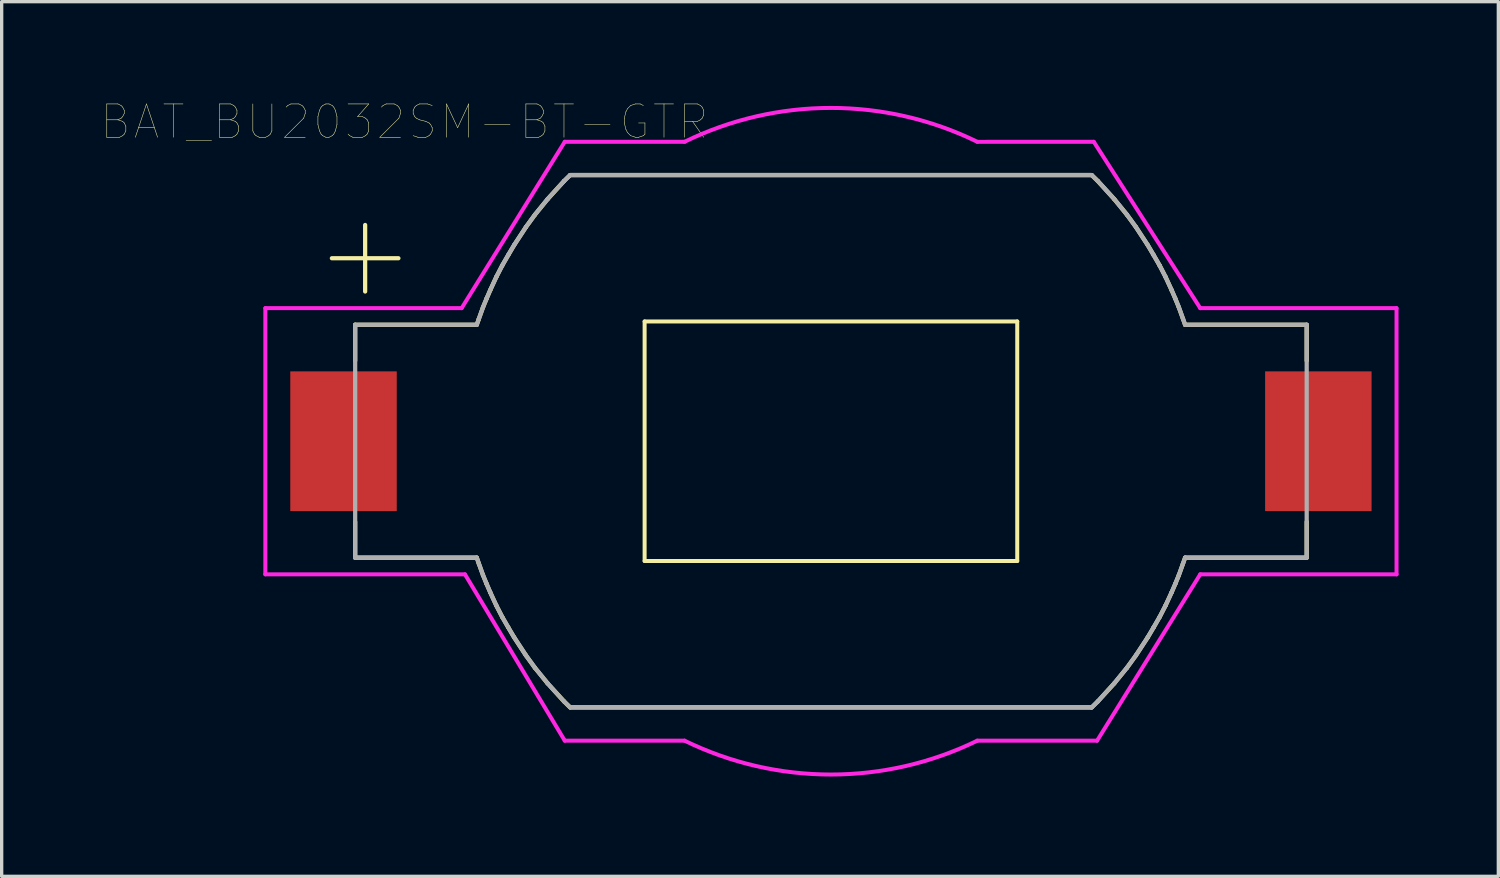
<source format=kicad_pcb>
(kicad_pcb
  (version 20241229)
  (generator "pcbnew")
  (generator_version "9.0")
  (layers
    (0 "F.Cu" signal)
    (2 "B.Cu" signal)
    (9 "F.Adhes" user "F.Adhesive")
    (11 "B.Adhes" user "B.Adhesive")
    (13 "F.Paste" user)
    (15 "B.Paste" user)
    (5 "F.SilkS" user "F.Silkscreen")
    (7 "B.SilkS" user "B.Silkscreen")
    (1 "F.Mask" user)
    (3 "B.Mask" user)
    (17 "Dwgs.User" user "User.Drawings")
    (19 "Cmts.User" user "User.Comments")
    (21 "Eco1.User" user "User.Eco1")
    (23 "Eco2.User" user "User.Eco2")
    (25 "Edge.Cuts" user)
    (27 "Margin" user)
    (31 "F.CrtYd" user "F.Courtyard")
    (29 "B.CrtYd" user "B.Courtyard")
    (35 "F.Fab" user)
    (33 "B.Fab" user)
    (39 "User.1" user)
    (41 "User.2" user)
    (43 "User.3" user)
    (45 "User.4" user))
  (footprint "BAT_BU2032SM-BT-GTR"
    (layer "F.Cu")
    (at 21.925 10.212)
    (property "Reference" "BAT_BU2032SM-BT-GTR" (at -12.819 -9.599 0) (layer "F.SilkS") (effects (font (size 1.002 1.002) (thickness 0.015))))
    (attr smd)
    (fp_line (start -15 -5.5) (end -13 -5.5) (stroke (width 0.127) (type solid)) (layer "F.SilkS"))
    (fp_line (start -14.3 -3.5) (end -10.645 -3.5) (stroke (width 0.127) (type solid)) (layer "F.SilkS"))
    (fp_line (start -14.3 -2.42) (end -14.3 -3.5) (stroke (width 0.127) (type solid)) (layer "F.SilkS"))
    (fp_line (start -14.3 2.42) (end -14.3 3.5) (stroke (width 0.127) (type solid)) (layer "F.SilkS"))
    (fp_line (start -14.3 3.5) (end -10.645 3.5) (stroke (width 0.127) (type solid)) (layer "F.SilkS"))
    (fp_line (start -14 -6.5) (end -14 -4.5) (stroke (width 0.127) (type solid)) (layer "F.SilkS"))
    (fp_line (start -10.645 -3.5) (end -10.581 -3.681) (stroke (width 0.127) (type solid)) (layer "F.SilkS"))
    (fp_line (start -10.645 3.5) (end -10.581 3.681) (stroke (width 0.127) (type solid)) (layer "F.SilkS"))
    (fp_line (start -10.581 -3.681) (end -10.458 -4.024) (stroke (width 0.127) (type solid)) (layer "F.SilkS"))
    (fp_line (start -10.581 3.681) (end -10.458 4.024) (stroke (width 0.127) (type solid)) (layer "F.SilkS"))
    (fp_line (start -10.458 -4.024) (end -10.35 -4.287) (stroke (width 0.127) (type solid)) (layer "F.SilkS"))
    (fp_line (start -10.458 4.024) (end -10.35 4.287) (stroke (width 0.127) (type solid)) (layer "F.SilkS"))
    (fp_line (start -10.35 -4.287) (end -10.242 -4.538) (stroke (width 0.127) (type solid)) (layer "F.SilkS"))
    (fp_line (start -10.35 4.287) (end -10.242 4.538) (stroke (width 0.127) (type solid)) (layer "F.SilkS"))
    (fp_line (start -10.242 -4.538) (end -10.058 -4.937) (stroke (width 0.127) (type solid)) (layer "F.SilkS"))
    (fp_line (start -10.242 4.538) (end -10.058 4.937) (stroke (width 0.127) (type solid)) (layer "F.SilkS"))
    (fp_line (start -10.058 -4.937) (end -9.88 -5.282) (stroke (width 0.127) (type solid)) (layer "F.SilkS"))
    (fp_line (start -10.058 4.937) (end -9.88 5.282) (stroke (width 0.127) (type solid)) (layer "F.SilkS"))
    (fp_line (start -9.88 -5.282) (end -9.7 -5.594) (stroke (width 0.127) (type solid)) (layer "F.SilkS"))
    (fp_line (start -9.88 5.282) (end -9.7 5.594) (stroke (width 0.127) (type solid)) (layer "F.SilkS"))
    (fp_line (start -9.7 -5.594) (end -9.524 -5.892) (stroke (width 0.127) (type solid)) (layer "F.SilkS"))
    (fp_line (start -9.7 5.594) (end -9.524 5.892) (stroke (width 0.127) (type solid)) (layer "F.SilkS"))
    (fp_line (start -9.524 -5.892) (end -9.168 -6.436) (stroke (width 0.127) (type solid)) (layer "F.SilkS"))
    (fp_line (start -9.524 5.892) (end -9.168 6.436) (stroke (width 0.127) (type solid)) (layer "F.SilkS"))
    (fp_line (start -9.168 -6.436) (end -8.897 -6.809) (stroke (width 0.127) (type solid)) (layer "F.SilkS"))
    (fp_line (start -9.168 6.436) (end -8.897 6.809) (stroke (width 0.127) (type solid)) (layer "F.SilkS"))
    (fp_line (start -8.897 -6.809) (end -8.516 -7.277) (stroke (width 0.127) (type solid)) (layer "F.SilkS"))
    (fp_line (start -8.897 6.809) (end -8.516 7.277) (stroke (width 0.127) (type solid)) (layer "F.SilkS"))
    (fp_line (start -8.516 -7.277) (end -8.022 -7.82) (stroke (width 0.127) (type solid)) (layer "F.SilkS"))
    (fp_line (start -8.516 7.277) (end -8.022 7.82) (stroke (width 0.127) (type solid)) (layer "F.SilkS"))
    (fp_line (start -8.022 -7.82) (end -7.838 -8) (stroke (width 0.127) (type solid)) (layer "F.SilkS"))
    (fp_line (start -8.022 7.82) (end -7.838 8) (stroke (width 0.127) (type solid)) (layer "F.SilkS"))
    (fp_line (start -7.835 -8) (end 7.835 -8) (stroke (width 0.127) (type solid)) (layer "F.SilkS"))
    (fp_line (start -7.835 8) (end 7.835 8) (stroke (width 0.127) (type solid)) (layer "F.SilkS"))
    (fp_line (start -5.6 -3.6) (end 5.6 -3.6) (stroke (width 0.12) (type solid)) (layer "F.SilkS"))
    (fp_line (start -5.6 3.6) (end -5.6 -3.6) (stroke (width 0.12) (type solid)) (layer "F.SilkS"))
    (fp_line (start 5.6 -3.6) (end 5.6 3.6) (stroke (width 0.12) (type solid)) (layer "F.SilkS"))
    (fp_line (start 5.6 3.6) (end -5.6 3.6) (stroke (width 0.12) (type solid)) (layer "F.SilkS"))
    (fp_line (start 8.022 -7.82) (end 7.838 -8) (stroke (width 0.127) (type solid)) (layer "F.SilkS"))
    (fp_line (start 8.022 7.82) (end 7.838 8) (stroke (width 0.127) (type solid)) (layer "F.SilkS"))
    (fp_line (start 8.516 -7.277) (end 8.022 -7.82) (stroke (width 0.127) (type solid)) (layer "F.SilkS"))
    (fp_line (start 8.516 7.277) (end 8.022 7.82) (stroke (width 0.127) (type solid)) (layer "F.SilkS"))
    (fp_line (start 8.897 -6.809) (end 8.516 -7.277) (stroke (width 0.127) (type solid)) (layer "F.SilkS"))
    (fp_line (start 8.897 6.809) (end 8.516 7.277) (stroke (width 0.127) (type solid)) (layer "F.SilkS"))
    (fp_line (start 9.168 -6.436) (end 8.897 -6.809) (stroke (width 0.127) (type solid)) (layer "F.SilkS"))
    (fp_line (start 9.168 6.436) (end 8.897 6.809) (stroke (width 0.127) (type solid)) (layer "F.SilkS"))
    (fp_line (start 9.524 -5.892) (end 9.168 -6.436) (stroke (width 0.127) (type solid)) (layer "F.SilkS"))
    (fp_line (start 9.524 5.892) (end 9.168 6.436) (stroke (width 0.127) (type solid)) (layer "F.SilkS"))
    (fp_line (start 9.7 -5.594) (end 9.524 -5.892) (stroke (width 0.127) (type solid)) (layer "F.SilkS"))
    (fp_line (start 9.7 5.594) (end 9.524 5.892) (stroke (width 0.127) (type solid)) (layer "F.SilkS"))
    (fp_line (start 9.88 -5.282) (end 9.7 -5.594) (stroke (width 0.127) (type solid)) (layer "F.SilkS"))
    (fp_line (start 9.88 5.282) (end 9.7 5.594) (stroke (width 0.127) (type solid)) (layer "F.SilkS"))
    (fp_line (start 10.058 -4.937) (end 9.88 -5.282) (stroke (width 0.127) (type solid)) (layer "F.SilkS"))
    (fp_line (start 10.058 4.937) (end 9.88 5.282) (stroke (width 0.127) (type solid)) (layer "F.SilkS"))
    (fp_line (start 10.242 -4.538) (end 10.058 -4.937) (stroke (width 0.127) (type solid)) (layer "F.SilkS"))
    (fp_line (start 10.242 4.538) (end 10.058 4.937) (stroke (width 0.127) (type solid)) (layer "F.SilkS"))
    (fp_line (start 10.35 -4.287) (end 10.242 -4.538) (stroke (width 0.127) (type solid)) (layer "F.SilkS"))
    (fp_line (start 10.35 4.287) (end 10.242 4.538) (stroke (width 0.127) (type solid)) (layer "F.SilkS"))
    (fp_line (start 10.458 -4.024) (end 10.35 -4.287) (stroke (width 0.127) (type solid)) (layer "F.SilkS"))
    (fp_line (start 10.458 4.024) (end 10.35 4.287) (stroke (width 0.127) (type solid)) (layer "F.SilkS"))
    (fp_line (start 10.581 -3.681) (end 10.458 -4.024) (stroke (width 0.127) (type solid)) (layer "F.SilkS"))
    (fp_line (start 10.581 3.681) (end 10.458 4.024) (stroke (width 0.127) (type solid)) (layer "F.SilkS"))
    (fp_line (start 10.645 -3.5) (end 10.581 -3.681) (stroke (width 0.127) (type solid)) (layer "F.SilkS"))
    (fp_line (start 10.645 3.5) (end 10.581 3.681) (stroke (width 0.127) (type solid)) (layer "F.SilkS"))
    (fp_line (start 14.3 -3.5) (end 10.645 -3.5) (stroke (width 0.127) (type solid)) (layer "F.SilkS"))
    (fp_line (start 14.3 -2.42) (end 14.3 -3.5) (stroke (width 0.127) (type solid)) (layer "F.SilkS"))
    (fp_line (start 14.3 2.42) (end 14.3 3.5) (stroke (width 0.127) (type solid)) (layer "F.SilkS"))
    (fp_line (start 14.3 3.5) (end 10.645 3.5) (stroke (width 0.127) (type solid)) (layer "F.SilkS"))
    (fp_line (start -17 -4) (end -11.1 -4) (stroke (width 0.12) (type solid)) (layer "F.CrtYd"))
    (fp_line (start -17 4) (end -17 -4) (stroke (width 0.12) (type solid)) (layer "F.CrtYd"))
    (fp_line (start -11.1 -4) (end -8 -9) (stroke (width 0.12) (type solid)) (layer "F.CrtYd"))
    (fp_line (start -11 4) (end -17 4) (stroke (width 0.12) (type solid)) (layer "F.CrtYd"))
    (fp_line (start -8 -9) (end -4.4 -9) (stroke (width 0.12) (type solid)) (layer "F.CrtYd"))
    (fp_line (start -8 9) (end -11 4) (stroke (width 0.12) (type solid)) (layer "F.CrtYd"))
    (fp_line (start -4.4 9) (end -8 9) (stroke (width 0.12) (type solid)) (layer "F.CrtYd"))
    (fp_line (start 4.402 -8.999) (end 7.9 -9) (stroke (width 0.12) (type solid)) (layer "F.CrtYd"))
    (fp_line (start 7.9 -9) (end 11.1 -4) (stroke (width 0.12) (type solid)) (layer "F.CrtYd"))
    (fp_line (start 8 9) (end 4.4 9) (stroke (width 0.12) (type solid)) (layer "F.CrtYd"))
    (fp_line (start 11.1 -4) (end 17 -4) (stroke (width 0.12) (type solid)) (layer "F.CrtYd"))
    (fp_line (start 11.1 4) (end 8 9) (stroke (width 0.12) (type solid)) (layer "F.CrtYd"))
    (fp_line (start 17 -4) (end 17 4) (stroke (width 0.12) (type solid)) (layer "F.CrtYd"))
    (fp_line (start 17 4) (end 11.1 4) (stroke (width 0.12) (type solid)) (layer "F.CrtYd"))
    (fp_arc (start -4.399999 -8.999998) (mid 0.000976 -10.017982) (end 4.401753 -8.99914) (stroke (width 0.12) (type solid)) (layer "F.CrtYd"))
    (fp_arc (start 4.4 8.999999) (mid 0 10.017983) (end -4.399999 8.999999) (stroke (width 0.12) (type solid)) (layer "F.CrtYd"))
    (fp_line (start -14.3 -3.5) (end -10.645 -3.5) (stroke (width 0.127) (type solid)) (layer "F.Fab"))
    (fp_line (start -14.3 3.5) (end -14.3 -3.5) (stroke (width 0.127) (type solid)) (layer "F.Fab"))
    (fp_line (start -14.3 3.5) (end -10.645 3.5) (stroke (width 0.127) (type solid)) (layer "F.Fab"))
    (fp_line (start -10.645 -3.5) (end -10.581 -3.681) (stroke (width 0.127) (type solid)) (layer "F.Fab"))
    (fp_line (start -10.645 3.5) (end -10.581 3.681) (stroke (width 0.127) (type solid)) (layer "F.Fab"))
    (fp_line (start -10.581 -3.681) (end -10.458 -4.024) (stroke (width 0.127) (type solid)) (layer "F.Fab"))
    (fp_line (start -10.581 3.681) (end -10.458 4.024) (stroke (width 0.127) (type solid)) (layer "F.Fab"))
    (fp_line (start -10.458 -4.024) (end -10.35 -4.287) (stroke (width 0.127) (type solid)) (layer "F.Fab"))
    (fp_line (start -10.458 4.024) (end -10.35 4.287) (stroke (width 0.127) (type solid)) (layer "F.Fab"))
    (fp_line (start -10.35 -4.287) (end -10.242 -4.538) (stroke (width 0.127) (type solid)) (layer "F.Fab"))
    (fp_line (start -10.35 4.287) (end -10.242 4.538) (stroke (width 0.127) (type solid)) (layer "F.Fab"))
    (fp_line (start -10.242 -4.538) (end -10.058 -4.937) (stroke (width 0.127) (type solid)) (layer "F.Fab"))
    (fp_line (start -10.242 4.538) (end -10.058 4.937) (stroke (width 0.127) (type solid)) (layer "F.Fab"))
    (fp_line (start -10.058 -4.937) (end -9.88 -5.282) (stroke (width 0.127) (type solid)) (layer "F.Fab"))
    (fp_line (start -10.058 4.937) (end -9.88 5.282) (stroke (width 0.127) (type solid)) (layer "F.Fab"))
    (fp_line (start -9.88 -5.282) (end -9.7 -5.594) (stroke (width 0.127) (type solid)) (layer "F.Fab"))
    (fp_line (start -9.88 5.282) (end -9.7 5.594) (stroke (width 0.127) (type solid)) (layer "F.Fab"))
    (fp_line (start -9.7 -5.594) (end -9.524 -5.892) (stroke (width 0.127) (type solid)) (layer "F.Fab"))
    (fp_line (start -9.7 5.594) (end -9.524 5.892) (stroke (width 0.127) (type solid)) (layer "F.Fab"))
    (fp_line (start -9.524 -5.892) (end -9.168 -6.436) (stroke (width 0.127) (type solid)) (layer "F.Fab"))
    (fp_line (start -9.524 5.892) (end -9.168 6.436) (stroke (width 0.127) (type solid)) (layer "F.Fab"))
    (fp_line (start -9.168 -6.436) (end -8.897 -6.809) (stroke (width 0.127) (type solid)) (layer "F.Fab"))
    (fp_line (start -9.168 6.436) (end -8.897 6.809) (stroke (width 0.127) (type solid)) (layer "F.Fab"))
    (fp_line (start -8.897 -6.809) (end -8.516 -7.277) (stroke (width 0.127) (type solid)) (layer "F.Fab"))
    (fp_line (start -8.897 6.809) (end -8.516 7.277) (stroke (width 0.127) (type solid)) (layer "F.Fab"))
    (fp_line (start -8.516 -7.277) (end -8.022 -7.82) (stroke (width 0.127) (type solid)) (layer "F.Fab"))
    (fp_line (start -8.516 7.277) (end -8.022 7.82) (stroke (width 0.127) (type solid)) (layer "F.Fab"))
    (fp_line (start -8.022 -7.82) (end -7.838 -8) (stroke (width 0.127) (type solid)) (layer "F.Fab"))
    (fp_line (start -8.022 7.82) (end -7.838 8) (stroke (width 0.127) (type solid)) (layer "F.Fab"))
    (fp_line (start -7.835 -8) (end 7.835 -8) (stroke (width 0.127) (type solid)) (layer "F.Fab"))
    (fp_line (start -7.835 8) (end 7.835 8) (stroke (width 0.127) (type solid)) (layer "F.Fab"))
    (fp_line (start 8.022 -7.82) (end 7.838 -8) (stroke (width 0.127) (type solid)) (layer "F.Fab"))
    (fp_line (start 8.022 7.82) (end 7.838 8) (stroke (width 0.127) (type solid)) (layer "F.Fab"))
    (fp_line (start 8.516 -7.277) (end 8.022 -7.82) (stroke (width 0.127) (type solid)) (layer "F.Fab"))
    (fp_line (start 8.516 7.277) (end 8.022 7.82) (stroke (width 0.127) (type solid)) (layer "F.Fab"))
    (fp_line (start 8.897 -6.809) (end 8.516 -7.277) (stroke (width 0.127) (type solid)) (layer "F.Fab"))
    (fp_line (start 8.897 6.809) (end 8.516 7.277) (stroke (width 0.127) (type solid)) (layer "F.Fab"))
    (fp_line (start 9.168 -6.436) (end 8.897 -6.809) (stroke (width 0.127) (type solid)) (layer "F.Fab"))
    (fp_line (start 9.168 6.436) (end 8.897 6.809) (stroke (width 0.127) (type solid)) (layer "F.Fab"))
    (fp_line (start 9.524 -5.892) (end 9.168 -6.436) (stroke (width 0.127) (type solid)) (layer "F.Fab"))
    (fp_line (start 9.524 5.892) (end 9.168 6.436) (stroke (width 0.127) (type solid)) (layer "F.Fab"))
    (fp_line (start 9.7 -5.594) (end 9.524 -5.892) (stroke (width 0.127) (type solid)) (layer "F.Fab"))
    (fp_line (start 9.7 5.594) (end 9.524 5.892) (stroke (width 0.127) (type solid)) (layer "F.Fab"))
    (fp_line (start 9.88 -5.282) (end 9.7 -5.594) (stroke (width 0.127) (type solid)) (layer "F.Fab"))
    (fp_line (start 9.88 5.282) (end 9.7 5.594) (stroke (width 0.127) (type solid)) (layer "F.Fab"))
    (fp_line (start 10.058 -4.937) (end 9.88 -5.282) (stroke (width 0.127) (type solid)) (layer "F.Fab"))
    (fp_line (start 10.058 4.937) (end 9.88 5.282) (stroke (width 0.127) (type solid)) (layer "F.Fab"))
    (fp_line (start 10.242 -4.538) (end 10.058 -4.937) (stroke (width 0.127) (type solid)) (layer "F.Fab"))
    (fp_line (start 10.242 4.538) (end 10.058 4.937) (stroke (width 0.127) (type solid)) (layer "F.Fab"))
    (fp_line (start 10.35 -4.287) (end 10.242 -4.538) (stroke (width 0.127) (type solid)) (layer "F.Fab"))
    (fp_line (start 10.35 4.287) (end 10.242 4.538) (stroke (width 0.127) (type solid)) (layer "F.Fab"))
    (fp_line (start 10.458 -4.024) (end 10.35 -4.287) (stroke (width 0.127) (type solid)) (layer "F.Fab"))
    (fp_line (start 10.458 4.024) (end 10.35 4.287) (stroke (width 0.127) (type solid)) (layer "F.Fab"))
    (fp_line (start 10.581 -3.681) (end 10.458 -4.024) (stroke (width 0.127) (type solid)) (layer "F.Fab"))
    (fp_line (start 10.581 3.681) (end 10.458 4.024) (stroke (width 0.127) (type solid)) (layer "F.Fab"))
    (fp_line (start 10.645 -3.5) (end 10.581 -3.681) (stroke (width 0.127) (type solid)) (layer "F.Fab"))
    (fp_line (start 10.645 3.5) (end 10.581 3.681) (stroke (width 0.127) (type solid)) (layer "F.Fab"))
    (fp_line (start 14.3 -3.5) (end 10.645 -3.5) (stroke (width 0.127) (type solid)) (layer "F.Fab"))
    (fp_line (start 14.3 3.5) (end 10.645 3.5) (stroke (width 0.127) (type solid)) (layer "F.Fab"))
    (fp_line (start 14.3 3.5) (end 14.3 -3.5) (stroke (width 0.127) (type solid)) (layer "F.Fab"))
    (pad "+" smd rect (at -14.65 0) (size 3.2 4.2) (layers "F.Cu" "F.Mask" "F.Paste"))
    (pad "-" smd rect (at 14.65 0) (size 3.2 4.2) (layers "F.Cu" "F.Mask" "F.Paste")))
  (gr_rect
    (start -3 -3)
    (end 41.985 23.29)
    (stroke (width 0.1) (type default))
    (fill no)
    (layer "Edge.Cuts")))
</source>
